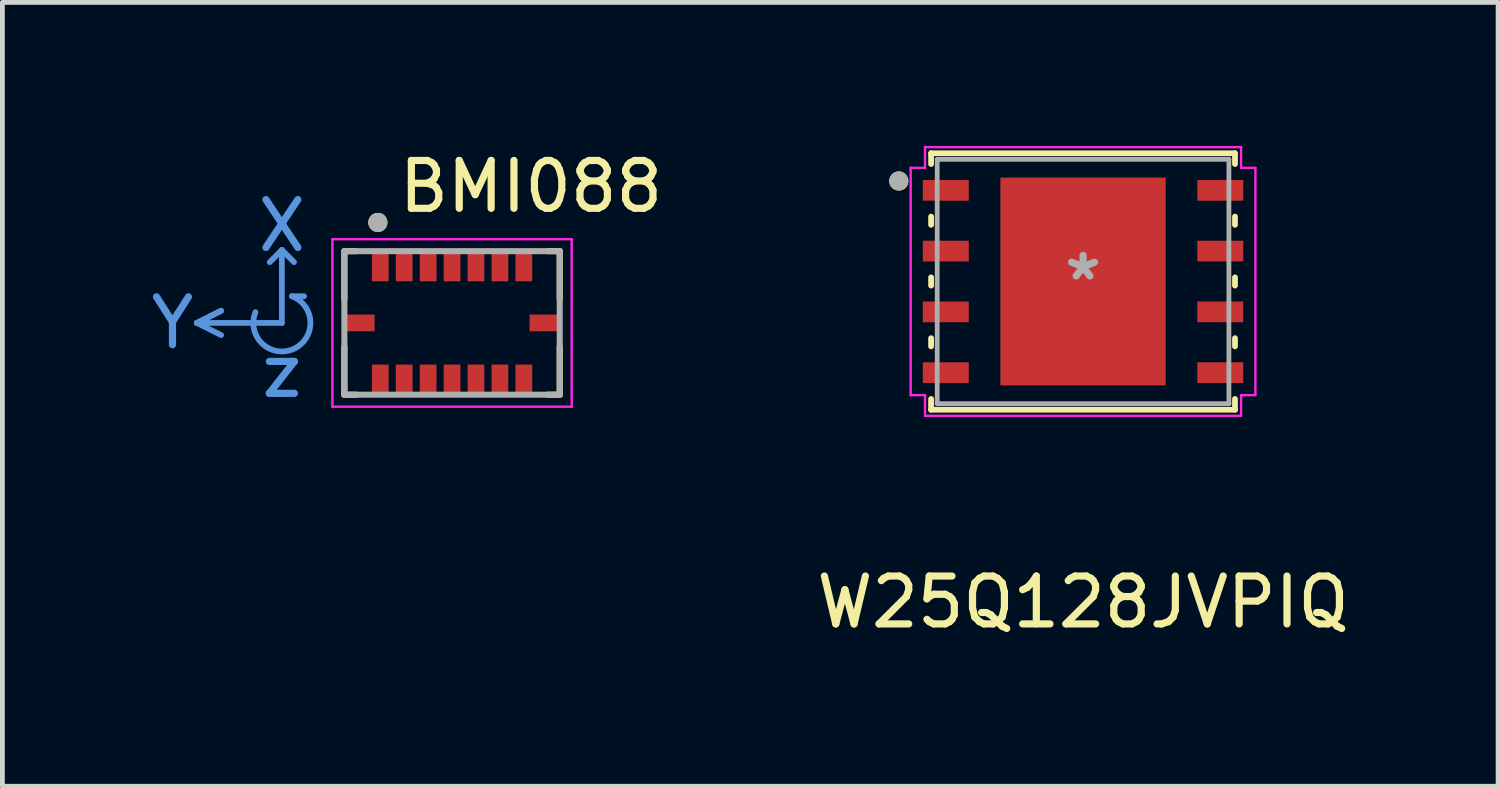
<source format=kicad_pcb>
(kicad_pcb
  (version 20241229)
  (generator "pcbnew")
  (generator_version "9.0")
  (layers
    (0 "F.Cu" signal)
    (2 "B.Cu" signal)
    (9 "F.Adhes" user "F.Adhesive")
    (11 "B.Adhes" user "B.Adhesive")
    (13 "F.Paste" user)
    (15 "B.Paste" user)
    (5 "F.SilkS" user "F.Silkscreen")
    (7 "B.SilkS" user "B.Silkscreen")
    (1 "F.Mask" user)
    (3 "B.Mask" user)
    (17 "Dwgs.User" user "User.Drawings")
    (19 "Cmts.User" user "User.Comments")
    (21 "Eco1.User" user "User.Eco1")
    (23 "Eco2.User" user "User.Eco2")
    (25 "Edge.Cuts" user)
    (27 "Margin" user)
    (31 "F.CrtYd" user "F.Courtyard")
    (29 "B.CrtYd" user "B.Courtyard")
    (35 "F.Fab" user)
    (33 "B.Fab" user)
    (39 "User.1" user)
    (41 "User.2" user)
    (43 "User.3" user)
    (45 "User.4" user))
  (footprint "W25Q128JVPIQ"
    (layer "F.Cu")
    (at 19.581 2.832)
    (property "Reference" "W25Q128JVPIQ" (at 0 6.7 0) (layer "F.SilkS") (effects (font (size 1 1) (thickness 0.15))))
    (attr through_hole)
    (fp_line (start -3.175 -2.68) (end -3.175 -2.454) (stroke (width 0.12) (type solid)) (layer "F.SilkS"))
    (fp_line (start -3.175 -1.356) (end -3.175 -1.184) (stroke (width 0.12) (type solid)) (layer "F.SilkS"))
    (fp_line (start -3.175 -0.086) (end -3.175 0.086) (stroke (width 0.12) (type solid)) (layer "F.SilkS"))
    (fp_line (start -3.175 1.184) (end -3.175 1.356) (stroke (width 0.12) (type solid)) (layer "F.SilkS"))
    (fp_line (start -3.175 2.454) (end -3.175 2.68) (stroke (width 0.12) (type solid)) (layer "F.SilkS"))
    (fp_line (start -3.175 2.68) (end 3.175 2.68) (stroke (width 0.12) (type solid)) (layer "F.SilkS"))
    (fp_line (start 3.175 -2.68) (end -3.175 -2.68) (stroke (width 0.12) (type solid)) (layer "F.SilkS"))
    (fp_line (start 3.175 -2.454) (end 3.175 -2.68) (stroke (width 0.12) (type solid)) (layer "F.SilkS"))
    (fp_line (start 3.175 -1.184) (end 3.175 -1.356) (stroke (width 0.12) (type solid)) (layer "F.SilkS"))
    (fp_line (start 3.175 0.086) (end 3.175 -0.086) (stroke (width 0.12) (type solid)) (layer "F.SilkS"))
    (fp_line (start 3.175 1.356) (end 3.175 1.184) (stroke (width 0.12) (type solid)) (layer "F.SilkS"))
    (fp_line (start 3.175 2.68) (end 3.175 2.454) (stroke (width 0.12) (type solid)) (layer "F.SilkS"))
    (fp_circle (center -3.85 -2.1) (end -3.75 -2.1) (stroke (width 0.2) (type solid)) (fill no) (layer "F.SilkS"))
    (fp_poly (pts (xy -1.627 -2.072) (xy -1.627 -0.824) (xy -0.1 -0.824) (xy -0.1 -2.072)) (stroke (width 0.1) (type solid)) (fill yes) (layer "F.Paste"))
    (fp_poly (pts (xy -1.627 -0.624) (xy -1.627 0.624) (xy -0.1 0.624) (xy -0.1 -0.624)) (stroke (width 0.1) (type solid)) (fill yes) (layer "F.Paste"))
    (fp_poly (pts (xy -1.627 0.824) (xy -1.627 2.072) (xy -0.1 2.072) (xy -0.1 0.824)) (stroke (width 0.1) (type solid)) (fill yes) (layer "F.Paste"))
    (fp_poly (pts (xy 0.1 -2.072) (xy 0.1 -0.824) (xy 1.627 -0.824) (xy 1.627 -2.072)) (stroke (width 0.1) (type solid)) (fill yes) (layer "F.Paste"))
    (fp_poly (pts (xy 0.1 -0.624) (xy 0.1 0.624) (xy 1.627 0.624) (xy 1.627 -0.624)) (stroke (width 0.1) (type solid)) (fill yes) (layer "F.Paste"))
    (fp_poly (pts (xy 0.1 0.824) (xy 0.1 2.072) (xy 1.627 2.072) (xy 1.627 0.824)) (stroke (width 0.1) (type solid)) (fill yes) (layer "F.Paste"))
    (fp_line (start -3.602 -2.375) (end -3.302 -2.375) (stroke (width 0.05) (type solid)) (layer "F.CrtYd"))
    (fp_line (start -3.602 2.375) (end -3.602 -2.375) (stroke (width 0.05) (type solid)) (layer "F.CrtYd"))
    (fp_line (start -3.302 -2.807) (end 3.302 -2.807) (stroke (width 0.05) (type solid)) (layer "F.CrtYd"))
    (fp_line (start -3.302 -2.375) (end -3.302 -2.807) (stroke (width 0.05) (type solid)) (layer "F.CrtYd"))
    (fp_line (start -3.302 2.375) (end -3.602 2.375) (stroke (width 0.05) (type solid)) (layer "F.CrtYd"))
    (fp_line (start -3.302 2.807) (end -3.302 2.375) (stroke (width 0.05) (type solid)) (layer "F.CrtYd"))
    (fp_line (start 3.302 -2.807) (end 3.302 -2.375) (stroke (width 0.05) (type solid)) (layer "F.CrtYd"))
    (fp_line (start 3.302 2.375) (end 3.302 2.807) (stroke (width 0.05) (type solid)) (layer "F.CrtYd"))
    (fp_line (start 3.302 2.807) (end -3.302 2.807) (stroke (width 0.05) (type solid)) (layer "F.CrtYd"))
    (fp_line (start 3.602 -2.375) (end 3.302 -2.375) (stroke (width 0.05) (type solid)) (layer "F.CrtYd"))
    (fp_line (start 3.602 -2.375) (end 3.602 2.375) (stroke (width 0.05) (type solid)) (layer "F.CrtYd"))
    (fp_line (start 3.602 2.375) (end 3.302 2.375) (stroke (width 0.05) (type solid)) (layer "F.CrtYd"))
    (fp_line (start -3.048 -2.553) (end -3.048 2.553) (stroke (width 0.1) (type solid)) (layer "F.Fab"))
    (fp_line (start -3.048 2.553) (end 3.048 2.553) (stroke (width 0.1) (type solid)) (layer "F.Fab"))
    (fp_line (start 3.048 -2.553) (end -3.048 -2.553) (stroke (width 0.1) (type solid)) (layer "F.Fab"))
    (fp_line (start 3.048 2.553) (end 3.048 -2.553) (stroke (width 0.1) (type solid)) (layer "F.Fab"))
    (fp_circle (center -3.85 -2.1) (end -3.75 -2.1) (stroke (width 0.2) (type solid)) (fill no) (layer "F.Fab"))
    (fp_text user "*" (at 0 0 0) (layer "F.Fab") (effects (font (size 1 1) (thickness 0.15))))
    (pad "1" smd rect (at -2.868 -1.905) (size 0.96 0.433) (layers "F.Cu" "F.Mask" "F.Paste"))
    (pad "2" smd rect (at -2.868 -0.635) (size 0.96 0.433) (layers "F.Cu" "F.Mask" "F.Paste"))
    (pad "3" smd rect (at -2.868 0.635) (size 0.96 0.433) (layers "F.Cu" "F.Mask" "F.Paste"))
    (pad "4" smd rect (at -2.868 1.905) (size 0.96 0.433) (layers "F.Cu" "F.Mask" "F.Paste"))
    (pad "5" smd rect (at 2.868 1.905) (size 0.96 0.433) (layers "F.Cu" "F.Mask" "F.Paste"))
    (pad "6" smd rect (at 2.868 0.635) (size 0.96 0.433) (layers "F.Cu" "F.Mask" "F.Paste"))
    (pad "7" smd rect (at 2.868 -0.635) (size 0.96 0.433) (layers "F.Cu" "F.Mask" "F.Paste"))
    (pad "8" smd rect (at 2.868 -1.905) (size 0.96 0.433) (layers "F.Cu" "F.Mask" "F.Paste"))
    (pad "9" smd rect (at 0 0) (size 3.454 4.343) (layers "F.Cu" "F.Mask" "F.Paste")))
  (footprint "BMI088"
    (layer "F.Cu")
    (at 6.396 3.698)
    (property "Reference" "BMI088" (at 1.65 -2.85 0) (layer "F.SilkS") (effects (font (size 1 1) (thickness 0.15))))
    (attr smd)
    (fp_line (start -2.25 -1.5) (end -2 -1.5) (stroke (width 0.127) (type solid)) (layer "F.SilkS"))
    (fp_line (start -2.25 -0.5) (end -2.25 -1.5) (stroke (width 0.127) (type solid)) (layer "F.SilkS"))
    (fp_line (start -2.25 1.5) (end -2.25 0.5) (stroke (width 0.127) (type solid)) (layer "F.SilkS"))
    (fp_line (start -2 1.5) (end -2.25 1.5) (stroke (width 0.127) (type solid)) (layer "F.SilkS"))
    (fp_line (start 2.25 -1.5) (end 2 -1.5) (stroke (width 0.127) (type solid)) (layer "F.SilkS"))
    (fp_line (start 2.25 -0.5) (end 2.25 -1.5) (stroke (width 0.127) (type solid)) (layer "F.SilkS"))
    (fp_line (start 2.25 0.5) (end 2.25 1.5) (stroke (width 0.127) (type solid)) (layer "F.SilkS"))
    (fp_line (start 2.25 1.5) (end 2 1.5) (stroke (width 0.127) (type solid)) (layer "F.SilkS"))
    (fp_circle (center -1.55 -2.1) (end -1.45 -2.1) (stroke (width 0.2) (type solid)) (fill no) (layer "F.SilkS"))
    (fp_line (start -5.334 0) (end -4.826 -0.254) (stroke (width 0.12) (type solid)) (layer "Cmts.User"))
    (fp_line (start -5.334 0) (end -4.826 0.254) (stroke (width 0.12) (type solid)) (layer "Cmts.User"))
    (fp_line (start -4.826 -0.254) (end -5.334 0) (stroke (width 0.12) (type solid)) (layer "Cmts.User"))
    (fp_line (start -3.556 -1.524) (end -3.81 -1.27) (stroke (width 0.12) (type solid)) (layer "Cmts.User"))
    (fp_line (start -3.556 -1.524) (end -3.556 0) (stroke (width 0.12) (type solid)) (layer "Cmts.User"))
    (fp_line (start -3.556 -1.524) (end -3.302 -1.27) (stroke (width 0.12) (type solid)) (layer "Cmts.User"))
    (fp_line (start -3.556 0) (end -5.334 0) (stroke (width 0.12) (type solid)) (layer "Cmts.User"))
    (fp_line (start -3.346 -0.558) (end -3.092 -0.558) (stroke (width 0.12) (type solid)) (layer "Cmts.User"))
    (fp_arc (start -3.345695 -0.557951) (mid -3.317989 0.546707) (end -4.107694 -0.226213) (stroke (width 0.12) (type solid)) (layer "Cmts.User"))
    (fp_line (start -2.5 -1.75) (end 2.5 -1.75) (stroke (width 0.05) (type solid)) (layer "F.CrtYd"))
    (fp_line (start -2.5 1.75) (end -2.5 -1.75) (stroke (width 0.05) (type solid)) (layer "F.CrtYd"))
    (fp_line (start 2.5 -1.75) (end 2.5 1.75) (stroke (width 0.05) (type solid)) (layer "F.CrtYd"))
    (fp_line (start 2.5 1.75) (end -2.5 1.75) (stroke (width 0.05) (type solid)) (layer "F.CrtYd"))
    (fp_line (start -2.25 -1.5) (end 2.25 -1.5) (stroke (width 0.127) (type solid)) (layer "F.Fab"))
    (fp_line (start -2.25 1.5) (end -2.25 -1.5) (stroke (width 0.127) (type solid)) (layer "F.Fab"))
    (fp_line (start 2.25 -1.5) (end 2.25 1.5) (stroke (width 0.127) (type solid)) (layer "F.Fab"))
    (fp_line (start 2.25 1.5) (end -2.25 1.5) (stroke (width 0.127) (type solid)) (layer "F.Fab"))
    (fp_circle (center -1.55 -2.1) (end -1.45 -2.1) (stroke (width 0.2) (type solid)) (fill no) (layer "F.Fab"))
    (fp_text user "z" (at -3.556 1.016 0) (unlocked yes) (layer "Cmts.User") (effects (font (size 1 1) (thickness 0.15))))
    (fp_text user "Y" (at -5.842 0 0) (unlocked yes) (layer "Cmts.User") (effects (font (size 1 1) (thickness 0.15))))
    (fp_text user "X" (at -3.556 -2.032 0) (unlocked yes) (layer "Cmts.User") (effects (font (size 1 1) (thickness 0.15))))
    (pad "1" smd rect (at -1.5 -1.165 270) (size 0.59 0.35) (layers "F.Cu" "F.Mask" "F.Paste"))
    (pad "2" smd rect (at -1 -1.165 270) (size 0.59 0.35) (layers "F.Cu" "F.Mask" "F.Paste"))
    (pad "3" smd rect (at -0.5 -1.165 270) (size 0.59 0.35) (layers "F.Cu" "F.Mask" "F.Paste"))
    (pad "4" smd rect (at 0 -1.165 270) (size 0.59 0.35) (layers "F.Cu" "F.Mask" "F.Paste"))
    (pad "5" smd rect (at 0.5 -1.165 270) (size 0.59 0.35) (layers "F.Cu" "F.Mask" "F.Paste"))
    (pad "6" smd rect (at 1 -1.165 270) (size 0.59 0.35) (layers "F.Cu" "F.Mask" "F.Paste"))
    (pad "7" smd rect (at 1.5 -1.165 270) (size 0.59 0.35) (layers "F.Cu" "F.Mask" "F.Paste"))
    (pad "8" smd rect (at 1.915 0 180) (size 0.59 0.35) (layers "F.Cu" "F.Mask" "F.Paste"))
    (pad "9" smd rect (at 1.5 1.165 90) (size 0.59 0.35) (layers "F.Cu" "F.Mask" "F.Paste"))
    (pad "10" smd rect (at 1 1.165 90) (size 0.59 0.35) (layers "F.Cu" "F.Mask" "F.Paste"))
    (pad "11" smd rect (at 0.5 1.165 90) (size 0.59 0.35) (layers "F.Cu" "F.Mask" "F.Paste"))
    (pad "12" smd rect (at 0 1.165 90) (size 0.59 0.35) (layers "F.Cu" "F.Mask" "F.Paste"))
    (pad "13" smd rect (at -0.5 1.165 90) (size 0.59 0.35) (layers "F.Cu" "F.Mask" "F.Paste"))
    (pad "14" smd rect (at -1 1.165 90) (size 0.59 0.35) (layers "F.Cu" "F.Mask" "F.Paste"))
    (pad "15" smd rect (at -1.5 1.165 90) (size 0.59 0.35) (layers "F.Cu" "F.Mask" "F.Paste"))
    (pad "16" smd rect (at -1.915 0) (size 0.59 0.35) (layers "F.Cu" "F.Mask" "F.Paste")))
  (gr_rect
    (start -3 -3)
    (end 28.254 13.38)
    (stroke (width 0.1) (type default))
    (fill no)
    (layer "Edge.Cuts")))
</source>
